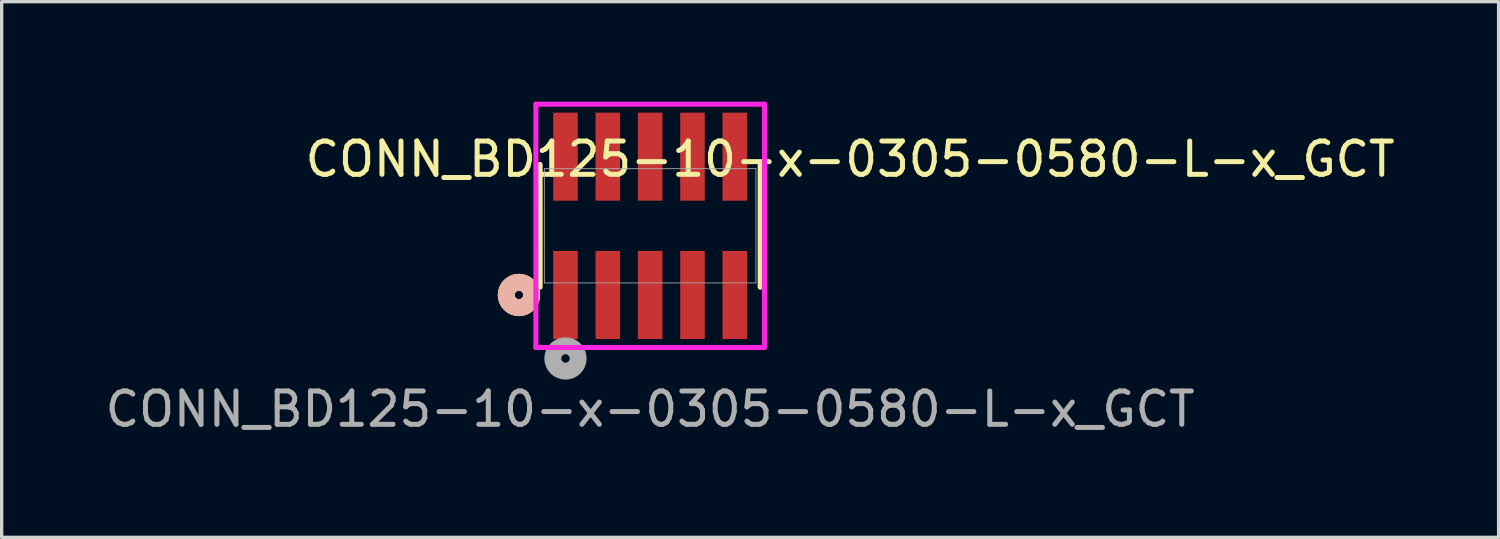
<source format=kicad_pcb>
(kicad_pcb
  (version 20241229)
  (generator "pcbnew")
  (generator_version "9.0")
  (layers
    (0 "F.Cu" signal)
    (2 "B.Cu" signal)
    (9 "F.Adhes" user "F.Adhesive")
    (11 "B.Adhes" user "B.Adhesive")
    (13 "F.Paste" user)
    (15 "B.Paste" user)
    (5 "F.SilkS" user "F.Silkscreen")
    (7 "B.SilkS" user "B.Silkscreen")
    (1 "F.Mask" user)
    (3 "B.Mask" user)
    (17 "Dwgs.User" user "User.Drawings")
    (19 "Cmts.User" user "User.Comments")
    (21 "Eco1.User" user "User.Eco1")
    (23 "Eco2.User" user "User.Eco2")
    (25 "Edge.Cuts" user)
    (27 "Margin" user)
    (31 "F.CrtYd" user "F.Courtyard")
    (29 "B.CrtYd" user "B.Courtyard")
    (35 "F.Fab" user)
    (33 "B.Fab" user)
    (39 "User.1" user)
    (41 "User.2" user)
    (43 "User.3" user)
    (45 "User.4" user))
  (footprint "CONN_BD125-10-x-0305-0580-L-x_GCT"
    (layer "F.Cu")
    (at 16.458 3.726)
    (property "Reference" "CONN_BD125-10-x-0305-0580-L-x_GCT" (at 6 -2 0) (unlocked yes) (layer "F.SilkS") (effects (font (size 1 1) (thickness 0.15))))
    (attr smd)
    (fp_line (start -3.302 -1.841) (end -3.302 1.841) (stroke (width 0.152) (type solid)) (layer "F.SilkS"))
    (fp_line (start 3.302 1.841) (end 3.302 -1.841) (stroke (width 0.152) (type solid)) (layer "F.SilkS"))
    (fp_circle (center -3.937 2.075) (end -3.556 2.075) (stroke (width 0.508) (type solid)) (fill no) (layer "F.SilkS"))
    (fp_circle (center -3.937 2.075) (end -3.556 2.075) (stroke (width 0.508) (type solid)) (fill no) (layer "B.SilkS"))
    (fp_line (start -3.429 -3.65) (end -3.429 3.65) (stroke (width 0.152) (type solid)) (layer "F.CrtYd"))
    (fp_line (start -3.429 3.65) (end 3.429 3.65) (stroke (width 0.152) (type solid)) (layer "F.CrtYd"))
    (fp_line (start 3.429 -3.65) (end -3.429 -3.65) (stroke (width 0.152) (type solid)) (layer "F.CrtYd"))
    (fp_line (start 3.429 3.65) (end 3.429 -3.65) (stroke (width 0.152) (type solid)) (layer "F.CrtYd"))
    (fp_line (start -3.175 -1.714) (end -3.175 1.714) (stroke (width 0.025) (type solid)) (layer "F.Fab"))
    (fp_line (start -3.175 1.714) (end 3.175 1.714) (stroke (width 0.025) (type solid)) (layer "F.Fab"))
    (fp_line (start 3.175 -1.714) (end -3.175 -1.714) (stroke (width 0.025) (type solid)) (layer "F.Fab"))
    (fp_line (start 3.175 1.714) (end 3.175 -1.714) (stroke (width 0.025) (type solid)) (layer "F.Fab"))
    (fp_circle (center -2.54 3.98) (end -2.159 3.98) (stroke (width 0.508) (type solid)) (fill no) (layer "F.Fab"))
    (fp_text user "${REFERENCE}" (at 0 5.5 0) (unlocked yes) (layer "F.Fab") (effects (font (size 1 1) (thickness 0.15))))
    (pad "1" smd rect (at -2.54 2.075) (size 0.737 2.642) (layers "F.Cu" "F.Mask" "F.Paste"))
    (pad "2" smd rect (at -2.54 -2.075) (size 0.737 2.642) (layers "F.Cu" "F.Mask" "F.Paste"))
    (pad "3" smd rect (at -1.27 2.075) (size 0.737 2.642) (layers "F.Cu" "F.Mask" "F.Paste"))
    (pad "4" smd rect (at -1.27 -2.075) (size 0.737 2.642) (layers "F.Cu" "F.Mask" "F.Paste"))
    (pad "5" smd rect (at 0 2.075) (size 0.737 2.642) (layers "F.Cu" "F.Mask" "F.Paste"))
    (pad "6" smd rect (at 0 -2.075) (size 0.737 2.642) (layers "F.Cu" "F.Mask" "F.Paste"))
    (pad "7" smd rect (at 1.27 2.075) (size 0.737 2.642) (layers "F.Cu" "F.Mask" "F.Paste"))
    (pad "8" smd rect (at 1.27 -2.075) (size 0.737 2.642) (layers "F.Cu" "F.Mask" "F.Paste"))
    (pad "9" smd rect (at 2.54 2.075) (size 0.737 2.642) (layers "F.Cu" "F.Mask" "F.Paste"))
    (pad "10" smd rect (at 2.54 -2.075) (size 0.737 2.642) (layers "F.Cu" "F.Mask" "F.Paste")))
  (gr_rect
    (start -3 -3)
    (end 41.917 13.074)
    (stroke (width 0.1) (type default))
    (fill no)
    (layer "Edge.Cuts")))
</source>
